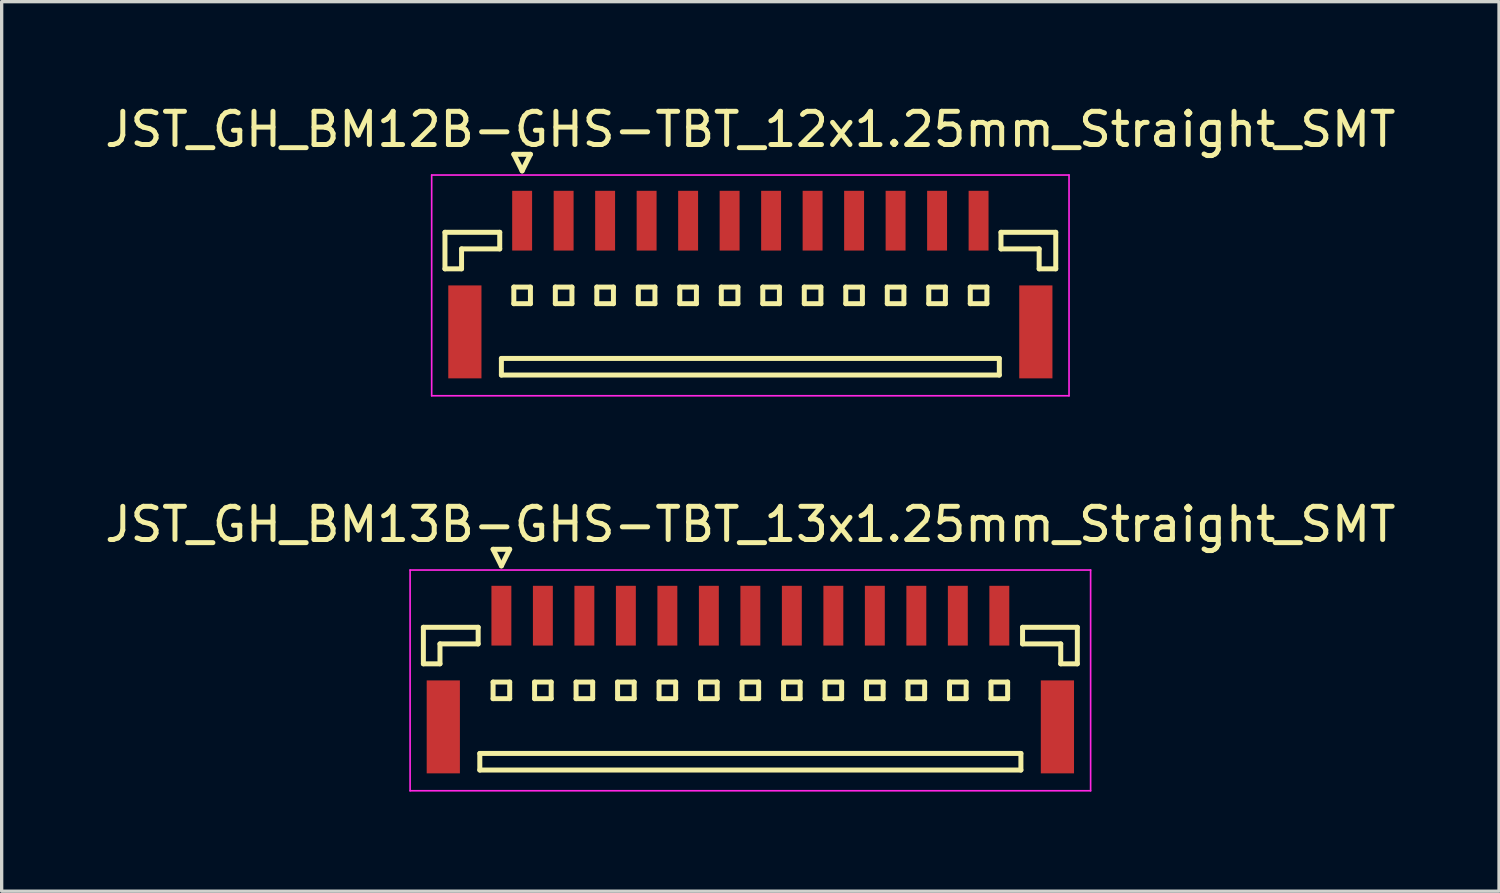
<source format=kicad_pcb>
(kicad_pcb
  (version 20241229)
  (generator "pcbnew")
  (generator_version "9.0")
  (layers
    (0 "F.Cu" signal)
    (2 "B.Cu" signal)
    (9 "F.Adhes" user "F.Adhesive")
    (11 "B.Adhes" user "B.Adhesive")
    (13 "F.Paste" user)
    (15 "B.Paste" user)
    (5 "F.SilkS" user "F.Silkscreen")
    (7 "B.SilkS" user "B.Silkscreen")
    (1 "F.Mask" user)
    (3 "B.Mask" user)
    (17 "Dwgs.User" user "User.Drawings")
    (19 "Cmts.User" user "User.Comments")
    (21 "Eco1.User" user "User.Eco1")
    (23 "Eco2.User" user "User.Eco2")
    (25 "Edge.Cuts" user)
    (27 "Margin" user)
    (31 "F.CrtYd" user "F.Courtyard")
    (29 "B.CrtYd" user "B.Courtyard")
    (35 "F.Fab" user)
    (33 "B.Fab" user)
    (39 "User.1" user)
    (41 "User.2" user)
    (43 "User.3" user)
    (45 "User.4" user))
  (footprint "JST_GH_BM12B-GHS-TBT_12x1.25mm_Straight_SMT"
    (layer "F.Cu")
    (at 19.554 5.273)
    (property "Reference" "JST_GH_BM12B-GHS-TBT_12x1.25mm_Straight_SMT" (at 0 -4.425 0) (layer "F.SilkS") (effects (font (size 1 1) (thickness 0.15))))
    (attr smd)
    (fp_line (start -9.2 -1.325) (end -7.55 -1.325) (stroke (width 0.15) (type solid)) (layer "F.SilkS"))
    (fp_line (start -9.2 -0.225) (end -9.2 -1.325) (stroke (width 0.15) (type solid)) (layer "F.SilkS"))
    (fp_line (start -8.7 -0.825) (end -8.7 -0.225) (stroke (width 0.15) (type solid)) (layer "F.SilkS"))
    (fp_line (start -8.7 -0.225) (end -9.2 -0.225) (stroke (width 0.15) (type solid)) (layer "F.SilkS"))
    (fp_line (start -7.55 -1.325) (end -7.55 -0.825) (stroke (width 0.15) (type solid)) (layer "F.SilkS"))
    (fp_line (start -7.55 -0.825) (end -8.7 -0.825) (stroke (width 0.15) (type solid)) (layer "F.SilkS"))
    (fp_line (start -7.5 2.475) (end -7.5 2.975) (stroke (width 0.15) (type solid)) (layer "F.SilkS"))
    (fp_line (start -7.5 2.975) (end 7.5 2.975) (stroke (width 0.15) (type solid)) (layer "F.SilkS"))
    (fp_line (start -7.125 -3.675) (end -6.625 -3.675) (stroke (width 0.15) (type solid)) (layer "F.SilkS"))
    (fp_line (start -7.125 0.325) (end -7.125 0.825) (stroke (width 0.15) (type solid)) (layer "F.SilkS"))
    (fp_line (start -7.125 0.825) (end -6.625 0.825) (stroke (width 0.15) (type solid)) (layer "F.SilkS"))
    (fp_line (start -6.875 -3.175) (end -7.125 -3.675) (stroke (width 0.15) (type solid)) (layer "F.SilkS"))
    (fp_line (start -6.625 -3.675) (end -6.875 -3.175) (stroke (width 0.15) (type solid)) (layer "F.SilkS"))
    (fp_line (start -6.625 0.325) (end -7.125 0.325) (stroke (width 0.15) (type solid)) (layer "F.SilkS"))
    (fp_line (start -6.625 0.825) (end -6.625 0.325) (stroke (width 0.15) (type solid)) (layer "F.SilkS"))
    (fp_line (start -5.875 0.325) (end -5.875 0.825) (stroke (width 0.15) (type solid)) (layer "F.SilkS"))
    (fp_line (start -5.875 0.825) (end -5.375 0.825) (stroke (width 0.15) (type solid)) (layer "F.SilkS"))
    (fp_line (start -5.375 0.325) (end -5.875 0.325) (stroke (width 0.15) (type solid)) (layer "F.SilkS"))
    (fp_line (start -5.375 0.825) (end -5.375 0.325) (stroke (width 0.15) (type solid)) (layer "F.SilkS"))
    (fp_line (start -4.625 0.325) (end -4.625 0.825) (stroke (width 0.15) (type solid)) (layer "F.SilkS"))
    (fp_line (start -4.625 0.825) (end -4.125 0.825) (stroke (width 0.15) (type solid)) (layer "F.SilkS"))
    (fp_line (start -4.125 0.325) (end -4.625 0.325) (stroke (width 0.15) (type solid)) (layer "F.SilkS"))
    (fp_line (start -4.125 0.825) (end -4.125 0.325) (stroke (width 0.15) (type solid)) (layer "F.SilkS"))
    (fp_line (start -3.375 0.325) (end -3.375 0.825) (stroke (width 0.15) (type solid)) (layer "F.SilkS"))
    (fp_line (start -3.375 0.825) (end -2.875 0.825) (stroke (width 0.15) (type solid)) (layer "F.SilkS"))
    (fp_line (start -2.875 0.325) (end -3.375 0.325) (stroke (width 0.15) (type solid)) (layer "F.SilkS"))
    (fp_line (start -2.875 0.825) (end -2.875 0.325) (stroke (width 0.15) (type solid)) (layer "F.SilkS"))
    (fp_line (start -2.125 0.325) (end -2.125 0.825) (stroke (width 0.15) (type solid)) (layer "F.SilkS"))
    (fp_line (start -2.125 0.825) (end -1.625 0.825) (stroke (width 0.15) (type solid)) (layer "F.SilkS"))
    (fp_line (start -1.625 0.325) (end -2.125 0.325) (stroke (width 0.15) (type solid)) (layer "F.SilkS"))
    (fp_line (start -1.625 0.825) (end -1.625 0.325) (stroke (width 0.15) (type solid)) (layer "F.SilkS"))
    (fp_line (start -0.875 0.325) (end -0.875 0.825) (stroke (width 0.15) (type solid)) (layer "F.SilkS"))
    (fp_line (start -0.875 0.825) (end -0.375 0.825) (stroke (width 0.15) (type solid)) (layer "F.SilkS"))
    (fp_line (start -0.375 0.325) (end -0.875 0.325) (stroke (width 0.15) (type solid)) (layer "F.SilkS"))
    (fp_line (start -0.375 0.825) (end -0.375 0.325) (stroke (width 0.15) (type solid)) (layer "F.SilkS"))
    (fp_line (start 0.375 0.325) (end 0.375 0.825) (stroke (width 0.15) (type solid)) (layer "F.SilkS"))
    (fp_line (start 0.375 0.825) (end 0.875 0.825) (stroke (width 0.15) (type solid)) (layer "F.SilkS"))
    (fp_line (start 0.875 0.325) (end 0.375 0.325) (stroke (width 0.15) (type solid)) (layer "F.SilkS"))
    (fp_line (start 0.875 0.825) (end 0.875 0.325) (stroke (width 0.15) (type solid)) (layer "F.SilkS"))
    (fp_line (start 1.625 0.325) (end 1.625 0.825) (stroke (width 0.15) (type solid)) (layer "F.SilkS"))
    (fp_line (start 1.625 0.825) (end 2.125 0.825) (stroke (width 0.15) (type solid)) (layer "F.SilkS"))
    (fp_line (start 2.125 0.325) (end 1.625 0.325) (stroke (width 0.15) (type solid)) (layer "F.SilkS"))
    (fp_line (start 2.125 0.825) (end 2.125 0.325) (stroke (width 0.15) (type solid)) (layer "F.SilkS"))
    (fp_line (start 2.875 0.325) (end 2.875 0.825) (stroke (width 0.15) (type solid)) (layer "F.SilkS"))
    (fp_line (start 2.875 0.825) (end 3.375 0.825) (stroke (width 0.15) (type solid)) (layer "F.SilkS"))
    (fp_line (start 3.375 0.325) (end 2.875 0.325) (stroke (width 0.15) (type solid)) (layer "F.SilkS"))
    (fp_line (start 3.375 0.825) (end 3.375 0.325) (stroke (width 0.15) (type solid)) (layer "F.SilkS"))
    (fp_line (start 4.125 0.325) (end 4.125 0.825) (stroke (width 0.15) (type solid)) (layer "F.SilkS"))
    (fp_line (start 4.125 0.825) (end 4.625 0.825) (stroke (width 0.15) (type solid)) (layer "F.SilkS"))
    (fp_line (start 4.625 0.325) (end 4.125 0.325) (stroke (width 0.15) (type solid)) (layer "F.SilkS"))
    (fp_line (start 4.625 0.825) (end 4.625 0.325) (stroke (width 0.15) (type solid)) (layer "F.SilkS"))
    (fp_line (start 5.375 0.325) (end 5.375 0.825) (stroke (width 0.15) (type solid)) (layer "F.SilkS"))
    (fp_line (start 5.375 0.825) (end 5.875 0.825) (stroke (width 0.15) (type solid)) (layer "F.SilkS"))
    (fp_line (start 5.875 0.325) (end 5.375 0.325) (stroke (width 0.15) (type solid)) (layer "F.SilkS"))
    (fp_line (start 5.875 0.825) (end 5.875 0.325) (stroke (width 0.15) (type solid)) (layer "F.SilkS"))
    (fp_line (start 6.625 0.325) (end 6.625 0.825) (stroke (width 0.15) (type solid)) (layer "F.SilkS"))
    (fp_line (start 6.625 0.825) (end 7.125 0.825) (stroke (width 0.15) (type solid)) (layer "F.SilkS"))
    (fp_line (start 7.125 0.325) (end 6.625 0.325) (stroke (width 0.15) (type solid)) (layer "F.SilkS"))
    (fp_line (start 7.125 0.825) (end 7.125 0.325) (stroke (width 0.15) (type solid)) (layer "F.SilkS"))
    (fp_line (start 7.5 2.475) (end -7.5 2.475) (stroke (width 0.15) (type solid)) (layer "F.SilkS"))
    (fp_line (start 7.5 2.975) (end 7.5 2.475) (stroke (width 0.15) (type solid)) (layer "F.SilkS"))
    (fp_line (start 7.55 -1.325) (end 7.55 -0.825) (stroke (width 0.15) (type solid)) (layer "F.SilkS"))
    (fp_line (start 7.55 -0.825) (end 8.7 -0.825) (stroke (width 0.15) (type solid)) (layer "F.SilkS"))
    (fp_line (start 8.7 -0.825) (end 8.7 -0.225) (stroke (width 0.15) (type solid)) (layer "F.SilkS"))
    (fp_line (start 8.7 -0.225) (end 9.2 -0.225) (stroke (width 0.15) (type solid)) (layer "F.SilkS"))
    (fp_line (start 9.2 -1.325) (end 7.55 -1.325) (stroke (width 0.15) (type solid)) (layer "F.SilkS"))
    (fp_line (start 9.2 -0.225) (end 9.2 -1.325) (stroke (width 0.15) (type solid)) (layer "F.SilkS"))
    (fp_line (start -9.6 -3.05) (end -9.6 3.6) (stroke (width 0.05) (type solid)) (layer "F.CrtYd"))
    (fp_line (start -9.6 3.6) (end 9.6 3.6) (stroke (width 0.05) (type solid)) (layer "F.CrtYd"))
    (fp_line (start 9.6 -3.05) (end -9.6 -3.05) (stroke (width 0.05) (type solid)) (layer "F.CrtYd"))
    (fp_line (start 9.6 3.6) (end 9.6 -3.05) (stroke (width 0.05) (type solid)) (layer "F.CrtYd"))
    (pad "" smd rect (at -8.6 1.675) (size 1 2.8) (layers "F.Cu" "F.Mask" "F.Paste"))
    (pad "" smd rect (at 8.6 1.675) (size 1 2.8) (layers "F.Cu" "F.Mask" "F.Paste"))
    (pad "1" smd rect (at -6.875 -1.675) (size 0.6 1.8) (layers "F.Cu" "F.Mask" "F.Paste"))
    (pad "2" smd rect (at -5.625 -1.675) (size 0.6 1.8) (layers "F.Cu" "F.Mask" "F.Paste"))
    (pad "3" smd rect (at -4.375 -1.675) (size 0.6 1.8) (layers "F.Cu" "F.Mask" "F.Paste"))
    (pad "4" smd rect (at -3.125 -1.675) (size 0.6 1.8) (layers "F.Cu" "F.Mask" "F.Paste"))
    (pad "5" smd rect (at -1.875 -1.675) (size 0.6 1.8) (layers "F.Cu" "F.Mask" "F.Paste"))
    (pad "6" smd rect (at -0.625 -1.675) (size 0.6 1.8) (layers "F.Cu" "F.Mask" "F.Paste"))
    (pad "7" smd rect (at 0.625 -1.675) (size 0.6 1.8) (layers "F.Cu" "F.Mask" "F.Paste"))
    (pad "8" smd rect (at 1.875 -1.675) (size 0.6 1.8) (layers "F.Cu" "F.Mask" "F.Paste"))
    (pad "9" smd rect (at 3.125 -1.675) (size 0.6 1.8) (layers "F.Cu" "F.Mask" "F.Paste"))
    (pad "10" smd rect (at 4.375 -1.675) (size 0.6 1.8) (layers "F.Cu" "F.Mask" "F.Paste"))
    (pad "11" smd rect (at 5.625 -1.675) (size 0.6 1.8) (layers "F.Cu" "F.Mask" "F.Paste"))
    (pad "12" smd rect (at 6.875 -1.675) (size 0.6 1.8) (layers "F.Cu" "F.Mask" "F.Paste")))
  (footprint "JST_GH_BM13B-GHS-TBT_13x1.25mm_Straight_SMT"
    (layer "F.Cu")
    (at 19.554 17.172)
    (property "Reference" "JST_GH_BM13B-GHS-TBT_13x1.25mm_Straight_SMT" (at 0 -4.425 0) (layer "F.SilkS") (effects (font (size 1 1) (thickness 0.15))))
    (attr smd)
    (fp_line (start -9.85 -1.325) (end -8.2 -1.325) (stroke (width 0.15) (type solid)) (layer "F.SilkS"))
    (fp_line (start -9.85 -0.225) (end -9.85 -1.325) (stroke (width 0.15) (type solid)) (layer "F.SilkS"))
    (fp_line (start -9.35 -0.825) (end -9.35 -0.225) (stroke (width 0.15) (type solid)) (layer "F.SilkS"))
    (fp_line (start -9.35 -0.225) (end -9.85 -0.225) (stroke (width 0.15) (type solid)) (layer "F.SilkS"))
    (fp_line (start -8.2 -1.325) (end -8.2 -0.825) (stroke (width 0.15) (type solid)) (layer "F.SilkS"))
    (fp_line (start -8.2 -0.825) (end -9.35 -0.825) (stroke (width 0.15) (type solid)) (layer "F.SilkS"))
    (fp_line (start -8.15 2.475) (end -8.15 2.975) (stroke (width 0.15) (type solid)) (layer "F.SilkS"))
    (fp_line (start -8.15 2.975) (end 8.15 2.975) (stroke (width 0.15) (type solid)) (layer "F.SilkS"))
    (fp_line (start -7.75 -3.675) (end -7.25 -3.675) (stroke (width 0.15) (type solid)) (layer "F.SilkS"))
    (fp_line (start -7.75 0.325) (end -7.75 0.825) (stroke (width 0.15) (type solid)) (layer "F.SilkS"))
    (fp_line (start -7.75 0.825) (end -7.25 0.825) (stroke (width 0.15) (type solid)) (layer "F.SilkS"))
    (fp_line (start -7.5 -3.175) (end -7.75 -3.675) (stroke (width 0.15) (type solid)) (layer "F.SilkS"))
    (fp_line (start -7.25 -3.675) (end -7.5 -3.175) (stroke (width 0.15) (type solid)) (layer "F.SilkS"))
    (fp_line (start -7.25 0.325) (end -7.75 0.325) (stroke (width 0.15) (type solid)) (layer "F.SilkS"))
    (fp_line (start -7.25 0.825) (end -7.25 0.325) (stroke (width 0.15) (type solid)) (layer "F.SilkS"))
    (fp_line (start -6.5 0.325) (end -6.5 0.825) (stroke (width 0.15) (type solid)) (layer "F.SilkS"))
    (fp_line (start -6.5 0.825) (end -6 0.825) (stroke (width 0.15) (type solid)) (layer "F.SilkS"))
    (fp_line (start -6 0.325) (end -6.5 0.325) (stroke (width 0.15) (type solid)) (layer "F.SilkS"))
    (fp_line (start -6 0.825) (end -6 0.325) (stroke (width 0.15) (type solid)) (layer "F.SilkS"))
    (fp_line (start -5.25 0.325) (end -5.25 0.825) (stroke (width 0.15) (type solid)) (layer "F.SilkS"))
    (fp_line (start -5.25 0.825) (end -4.75 0.825) (stroke (width 0.15) (type solid)) (layer "F.SilkS"))
    (fp_line (start -4.75 0.325) (end -5.25 0.325) (stroke (width 0.15) (type solid)) (layer "F.SilkS"))
    (fp_line (start -4.75 0.825) (end -4.75 0.325) (stroke (width 0.15) (type solid)) (layer "F.SilkS"))
    (fp_line (start -4 0.325) (end -4 0.825) (stroke (width 0.15) (type solid)) (layer "F.SilkS"))
    (fp_line (start -4 0.825) (end -3.5 0.825) (stroke (width 0.15) (type solid)) (layer "F.SilkS"))
    (fp_line (start -3.5 0.325) (end -4 0.325) (stroke (width 0.15) (type solid)) (layer "F.SilkS"))
    (fp_line (start -3.5 0.825) (end -3.5 0.325) (stroke (width 0.15) (type solid)) (layer "F.SilkS"))
    (fp_line (start -2.75 0.325) (end -2.75 0.825) (stroke (width 0.15) (type solid)) (layer "F.SilkS"))
    (fp_line (start -2.75 0.825) (end -2.25 0.825) (stroke (width 0.15) (type solid)) (layer "F.SilkS"))
    (fp_line (start -2.25 0.325) (end -2.75 0.325) (stroke (width 0.15) (type solid)) (layer "F.SilkS"))
    (fp_line (start -2.25 0.825) (end -2.25 0.325) (stroke (width 0.15) (type solid)) (layer "F.SilkS"))
    (fp_line (start -1.5 0.325) (end -1.5 0.825) (stroke (width 0.15) (type solid)) (layer "F.SilkS"))
    (fp_line (start -1.5 0.825) (end -1 0.825) (stroke (width 0.15) (type solid)) (layer "F.SilkS"))
    (fp_line (start -1 0.325) (end -1.5 0.325) (stroke (width 0.15) (type solid)) (layer "F.SilkS"))
    (fp_line (start -1 0.825) (end -1 0.325) (stroke (width 0.15) (type solid)) (layer "F.SilkS"))
    (fp_line (start -0.25 0.325) (end -0.25 0.825) (stroke (width 0.15) (type solid)) (layer "F.SilkS"))
    (fp_line (start -0.25 0.825) (end 0.25 0.825) (stroke (width 0.15) (type solid)) (layer "F.SilkS"))
    (fp_line (start 0.25 0.325) (end -0.25 0.325) (stroke (width 0.15) (type solid)) (layer "F.SilkS"))
    (fp_line (start 0.25 0.825) (end 0.25 0.325) (stroke (width 0.15) (type solid)) (layer "F.SilkS"))
    (fp_line (start 1 0.325) (end 1 0.825) (stroke (width 0.15) (type solid)) (layer "F.SilkS"))
    (fp_line (start 1 0.825) (end 1.5 0.825) (stroke (width 0.15) (type solid)) (layer "F.SilkS"))
    (fp_line (start 1.5 0.325) (end 1 0.325) (stroke (width 0.15) (type solid)) (layer "F.SilkS"))
    (fp_line (start 1.5 0.825) (end 1.5 0.325) (stroke (width 0.15) (type solid)) (layer "F.SilkS"))
    (fp_line (start 2.25 0.325) (end 2.25 0.825) (stroke (width 0.15) (type solid)) (layer "F.SilkS"))
    (fp_line (start 2.25 0.825) (end 2.75 0.825) (stroke (width 0.15) (type solid)) (layer "F.SilkS"))
    (fp_line (start 2.75 0.325) (end 2.25 0.325) (stroke (width 0.15) (type solid)) (layer "F.SilkS"))
    (fp_line (start 2.75 0.825) (end 2.75 0.325) (stroke (width 0.15) (type solid)) (layer "F.SilkS"))
    (fp_line (start 3.5 0.325) (end 3.5 0.825) (stroke (width 0.15) (type solid)) (layer "F.SilkS"))
    (fp_line (start 3.5 0.825) (end 4 0.825) (stroke (width 0.15) (type solid)) (layer "F.SilkS"))
    (fp_line (start 4 0.325) (end 3.5 0.325) (stroke (width 0.15) (type solid)) (layer "F.SilkS"))
    (fp_line (start 4 0.825) (end 4 0.325) (stroke (width 0.15) (type solid)) (layer "F.SilkS"))
    (fp_line (start 4.75 0.325) (end 4.75 0.825) (stroke (width 0.15) (type solid)) (layer "F.SilkS"))
    (fp_line (start 4.75 0.825) (end 5.25 0.825) (stroke (width 0.15) (type solid)) (layer "F.SilkS"))
    (fp_line (start 5.25 0.325) (end 4.75 0.325) (stroke (width 0.15) (type solid)) (layer "F.SilkS"))
    (fp_line (start 5.25 0.825) (end 5.25 0.325) (stroke (width 0.15) (type solid)) (layer "F.SilkS"))
    (fp_line (start 6 0.325) (end 6 0.825) (stroke (width 0.15) (type solid)) (layer "F.SilkS"))
    (fp_line (start 6 0.825) (end 6.5 0.825) (stroke (width 0.15) (type solid)) (layer "F.SilkS"))
    (fp_line (start 6.5 0.325) (end 6 0.325) (stroke (width 0.15) (type solid)) (layer "F.SilkS"))
    (fp_line (start 6.5 0.825) (end 6.5 0.325) (stroke (width 0.15) (type solid)) (layer "F.SilkS"))
    (fp_line (start 7.25 0.325) (end 7.25 0.825) (stroke (width 0.15) (type solid)) (layer "F.SilkS"))
    (fp_line (start 7.25 0.825) (end 7.75 0.825) (stroke (width 0.15) (type solid)) (layer "F.SilkS"))
    (fp_line (start 7.75 0.325) (end 7.25 0.325) (stroke (width 0.15) (type solid)) (layer "F.SilkS"))
    (fp_line (start 7.75 0.825) (end 7.75 0.325) (stroke (width 0.15) (type solid)) (layer "F.SilkS"))
    (fp_line (start 8.15 2.475) (end -8.15 2.475) (stroke (width 0.15) (type solid)) (layer "F.SilkS"))
    (fp_line (start 8.15 2.975) (end 8.15 2.475) (stroke (width 0.15) (type solid)) (layer "F.SilkS"))
    (fp_line (start 8.2 -1.325) (end 8.2 -0.825) (stroke (width 0.15) (type solid)) (layer "F.SilkS"))
    (fp_line (start 8.2 -0.825) (end 9.35 -0.825) (stroke (width 0.15) (type solid)) (layer "F.SilkS"))
    (fp_line (start 9.35 -0.825) (end 9.35 -0.225) (stroke (width 0.15) (type solid)) (layer "F.SilkS"))
    (fp_line (start 9.35 -0.225) (end 9.85 -0.225) (stroke (width 0.15) (type solid)) (layer "F.SilkS"))
    (fp_line (start 9.85 -1.325) (end 8.2 -1.325) (stroke (width 0.15) (type solid)) (layer "F.SilkS"))
    (fp_line (start 9.85 -0.225) (end 9.85 -1.325) (stroke (width 0.15) (type solid)) (layer "F.SilkS"))
    (fp_line (start -10.25 -3.05) (end -10.25 3.6) (stroke (width 0.05) (type solid)) (layer "F.CrtYd"))
    (fp_line (start -10.25 3.6) (end 10.25 3.6) (stroke (width 0.05) (type solid)) (layer "F.CrtYd"))
    (fp_line (start 10.25 -3.05) (end -10.25 -3.05) (stroke (width 0.05) (type solid)) (layer "F.CrtYd"))
    (fp_line (start 10.25 3.6) (end 10.25 -3.05) (stroke (width 0.05) (type solid)) (layer "F.CrtYd"))
    (pad "" smd rect (at -9.25 1.675) (size 1 2.8) (layers "F.Cu" "F.Mask" "F.Paste"))
    (pad "" smd rect (at 9.25 1.675) (size 1 2.8) (layers "F.Cu" "F.Mask" "F.Paste"))
    (pad "1" smd rect (at -7.5 -1.675) (size 0.6 1.8) (layers "F.Cu" "F.Mask" "F.Paste"))
    (pad "2" smd rect (at -6.25 -1.675) (size 0.6 1.8) (layers "F.Cu" "F.Mask" "F.Paste"))
    (pad "3" smd rect (at -5 -1.675) (size 0.6 1.8) (layers "F.Cu" "F.Mask" "F.Paste"))
    (pad "4" smd rect (at -3.75 -1.675) (size 0.6 1.8) (layers "F.Cu" "F.Mask" "F.Paste"))
    (pad "5" smd rect (at -2.5 -1.675) (size 0.6 1.8) (layers "F.Cu" "F.Mask" "F.Paste"))
    (pad "6" smd rect (at -1.25 -1.675) (size 0.6 1.8) (layers "F.Cu" "F.Mask" "F.Paste"))
    (pad "7" smd rect (at 0 -1.675) (size 0.6 1.8) (layers "F.Cu" "F.Mask" "F.Paste"))
    (pad "8" smd rect (at 1.25 -1.675) (size 0.6 1.8) (layers "F.Cu" "F.Mask" "F.Paste"))
    (pad "9" smd rect (at 2.5 -1.675) (size 0.6 1.8) (layers "F.Cu" "F.Mask" "F.Paste"))
    (pad "10" smd rect (at 3.75 -1.675) (size 0.6 1.8) (layers "F.Cu" "F.Mask" "F.Paste"))
    (pad "11" smd rect (at 5 -1.675) (size 0.6 1.8) (layers "F.Cu" "F.Mask" "F.Paste"))
    (pad "12" smd rect (at 6.25 -1.675) (size 0.6 1.8) (layers "F.Cu" "F.Mask" "F.Paste"))
    (pad "13" smd rect (at 7.5 -1.675) (size 0.6 1.8) (layers "F.Cu" "F.Mask" "F.Paste")))
  (gr_rect
    (start -3 -3)
    (end 42.107 23.797)
    (stroke (width 0.1) (type default))
    (fill no)
    (layer "Edge.Cuts")))
</source>
